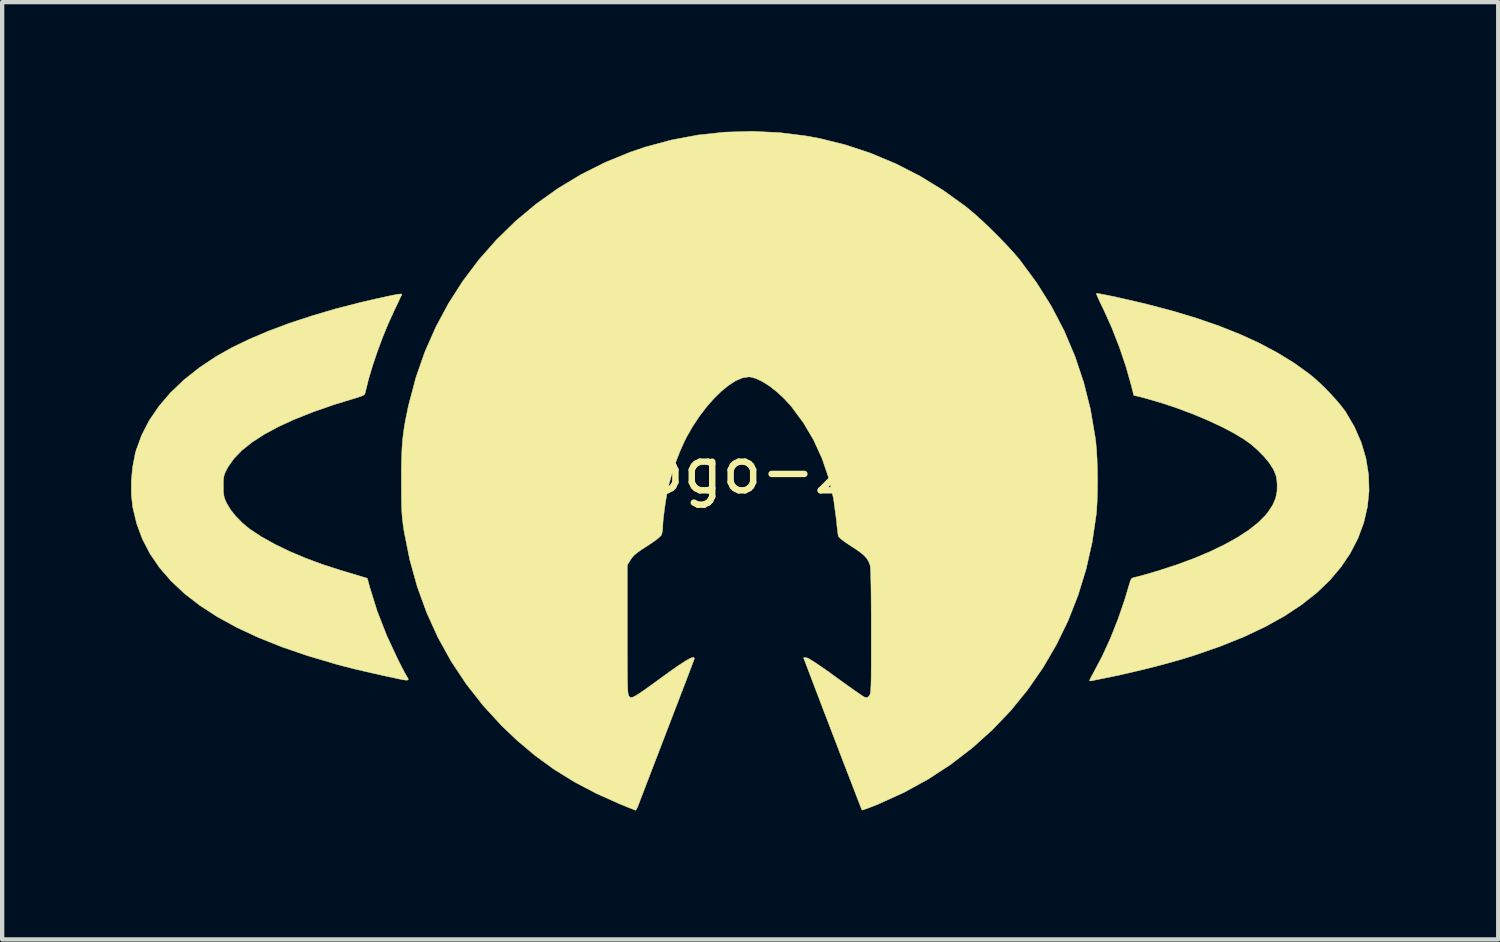
<source format=kicad_pcb>
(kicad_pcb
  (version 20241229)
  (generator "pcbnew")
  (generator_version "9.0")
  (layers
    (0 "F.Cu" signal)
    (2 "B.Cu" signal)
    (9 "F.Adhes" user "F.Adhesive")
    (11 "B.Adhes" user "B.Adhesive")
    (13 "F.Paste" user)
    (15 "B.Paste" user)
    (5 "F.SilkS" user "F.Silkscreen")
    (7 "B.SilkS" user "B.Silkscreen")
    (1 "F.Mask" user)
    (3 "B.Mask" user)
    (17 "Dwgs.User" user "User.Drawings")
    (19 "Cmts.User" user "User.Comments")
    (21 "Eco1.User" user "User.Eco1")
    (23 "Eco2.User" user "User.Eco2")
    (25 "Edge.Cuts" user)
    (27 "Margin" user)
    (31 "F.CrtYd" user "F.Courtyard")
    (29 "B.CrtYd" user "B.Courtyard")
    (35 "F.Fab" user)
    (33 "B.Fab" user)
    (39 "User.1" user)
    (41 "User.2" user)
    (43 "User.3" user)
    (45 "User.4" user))
  (footprint "lsf-logo-29x16"
    (layer "F.Cu")
    (at 14.402 7.903)
    (property "Reference" "lsf-logo-29x16" (at 0 0 0) (layer "F.SilkS") (effects (font (size 1 1) (thickness 0.15))))
    (attr exclude_from_pos_files exclude_from_bom)
    (fp_poly (pts (xy 8.083 -4.126) (xy 8.152 -4.114) (xy 8.254 -4.095) (xy 8.382 -4.069) (xy 8.523 -4.04) (xy 9.19 -3.886) (xy 9.809 -3.724) (xy 10.383 -3.551) (xy 10.914 -3.368) (xy 11.404 -3.173) (xy 11.855 -2.966) (xy 12.271 -2.744) (xy 12.654 -2.509) (xy 13.005 -2.257) (xy 13.018 -2.247) (xy 13.158 -2.13) (xy 13.311 -1.988) (xy 13.466 -1.832) (xy 13.614 -1.672) (xy 13.744 -1.52) (xy 13.845 -1.386) (xy 13.856 -1.371) (xy 14.062 -1.019) (xy 14.22 -0.656) (xy 14.329 -0.287) (xy 14.389 0.087) (xy 14.401 0.463) (xy 14.364 0.837) (xy 14.278 1.207) (xy 14.144 1.57) (xy 13.961 1.923) (xy 13.75 2.237) (xy 13.489 2.546) (xy 13.183 2.839) (xy 12.832 3.116) (xy 12.434 3.379) (xy 11.99 3.626) (xy 11.498 3.859) (xy 10.959 4.077) (xy 10.372 4.282) (xy 10.102 4.367) (xy 9.842 4.442) (xy 9.548 4.522) (xy 9.236 4.602) (xy 8.921 4.678) (xy 8.621 4.747) (xy 8.349 4.805) (xy 8.306 4.813) (xy 8.178 4.839) (xy 8.067 4.861) (xy 7.983 4.879) (xy 7.936 4.889) (xy 7.931 4.891) (xy 7.902 4.887) (xy 7.899 4.878) (xy 7.911 4.847) (xy 7.943 4.784) (xy 7.988 4.701) (xy 8.005 4.67) (xy 8.199 4.302) (xy 8.384 3.896) (xy 8.557 3.461) (xy 8.713 3.009) (xy 8.824 2.638) (xy 8.849 2.557) (xy 8.873 2.512) (xy 8.908 2.489) (xy 8.96 2.477) (xy 9.016 2.464) (xy 9.11 2.439) (xy 9.232 2.404) (xy 9.371 2.364) (xy 9.474 2.333) (xy 9.914 2.191) (xy 10.324 2.04) (xy 10.701 1.881) (xy 11.043 1.716) (xy 11.347 1.547) (xy 11.61 1.374) (xy 11.829 1.199) (xy 12.001 1.025) (xy 12.048 0.966) (xy 12.158 0.799) (xy 12.227 0.64) (xy 12.26 0.477) (xy 12.263 0.318) (xy 12.253 0.198) (xy 12.234 0.106) (xy 12.199 0.016) (xy 12.165 -0.051) (xy 12.076 -0.188) (xy 11.952 -0.337) (xy 11.803 -0.487) (xy 11.64 -0.627) (xy 11.493 -0.732) (xy 11.248 -0.88) (xy 10.962 -1.029) (xy 10.643 -1.177) (xy 10.301 -1.32) (xy 9.944 -1.454) (xy 9.582 -1.575) (xy 9.224 -1.68) (xy 9.088 -1.716) (xy 8.926 -1.756) (xy 8.868 -1.989) (xy 8.744 -2.427) (xy 8.59 -2.88) (xy 8.416 -3.327) (xy 8.226 -3.748) (xy 8.202 -3.797) (xy 8.146 -3.913) (xy 8.101 -4.011) (xy 8.069 -4.084) (xy 8.056 -4.123) (xy 8.056 -4.127) (xy 8.083 -4.126)) (stroke (width 0.01) (type solid)) (fill yes) (layer "F.SilkS"))
    (fp_poly (pts (xy -8.103 -4.109) (xy -8.103 -4.106) (xy -8.113 -4.081) (xy -8.142 -4.018) (xy -8.186 -3.925) (xy -8.241 -3.809) (xy -8.29 -3.706) (xy -8.423 -3.413) (xy -8.553 -3.096) (xy -8.674 -2.768) (xy -8.784 -2.442) (xy -8.876 -2.132) (xy -8.946 -1.851) (xy -8.952 -1.823) (xy -8.965 -1.786) (xy -8.994 -1.758) (xy -9.05 -1.733) (xy -9.143 -1.703) (xy -9.151 -1.701) (xy -9.681 -1.538) (xy -10.162 -1.371) (xy -10.592 -1.2) (xy -10.973 -1.026) (xy -11.305 -0.847) (xy -11.588 -0.663) (xy -11.823 -0.475) (xy -12.01 -0.282) (xy -12.149 -0.085) (xy -12.167 -0.051) (xy -12.209 0.031) (xy -12.235 0.097) (xy -12.249 0.164) (xy -12.255 0.25) (xy -12.255 0.356) (xy -12.254 0.475) (xy -12.247 0.56) (xy -12.231 0.631) (xy -12.202 0.704) (xy -12.172 0.767) (xy -12.084 0.912) (xy -11.96 1.065) (xy -11.812 1.215) (xy -11.651 1.349) (xy -11.633 1.362) (xy -11.371 1.535) (xy -11.064 1.706) (xy -10.721 1.873) (xy -10.347 2.031) (xy -9.95 2.179) (xy -9.538 2.312) (xy -9.397 2.354) (xy -9.262 2.394) (xy -9.144 2.43) (xy -9.059 2.455) (xy -9.044 2.46) (xy -8.906 2.502) (xy -8.848 2.714) (xy -8.675 3.269) (xy -8.454 3.835) (xy -8.202 4.376) (xy -8.138 4.503) (xy -8.079 4.617) (xy -8.03 4.709) (xy -7.996 4.77) (xy -7.986 4.786) (xy -7.956 4.836) (xy -7.955 4.864) (xy -7.989 4.873) (xy -8.062 4.865) (xy -8.153 4.847) (xy -8.475 4.778) (xy -8.753 4.716) (xy -8.997 4.66) (xy -9.213 4.609) (xy -9.409 4.559) (xy -9.592 4.511) (xy -9.65 4.495) (xy -10.295 4.304) (xy -10.891 4.1) (xy -11.439 3.881) (xy -11.939 3.648) (xy -12.392 3.4) (xy -12.798 3.137) (xy -13.158 2.859) (xy -13.471 2.565) (xy -13.739 2.256) (xy -13.962 1.93) (xy -14.14 1.587) (xy -14.273 1.228) (xy -14.363 0.851) (xy -14.364 0.846) (xy -14.396 0.553) (xy -14.397 0.239) (xy -14.367 -0.08) (xy -14.309 -0.385) (xy -14.284 -0.479) (xy -14.155 -0.831) (xy -13.979 -1.172) (xy -13.754 -1.501) (xy -13.484 -1.817) (xy -13.17 -2.117) (xy -12.812 -2.4) (xy -12.42 -2.661) (xy -12.062 -2.863) (xy -11.656 -3.059) (xy -11.208 -3.249) (xy -10.721 -3.432) (xy -10.198 -3.604) (xy -9.645 -3.767) (xy -9.064 -3.917) (xy -8.651 -4.012) (xy -8.466 -4.052) (xy -8.326 -4.082) (xy -8.225 -4.101) (xy -8.158 -4.111) (xy -8.119 -4.114) (xy -8.103 -4.109)) (stroke (width 0.01) (type solid)) (fill yes) (layer "F.SilkS"))
    (fp_poly (pts (xy 0.681 -7.868) (xy 1.311 -7.789) (xy 1.619 -7.732) (xy 2.22 -7.583) (xy 2.813 -7.386) (xy 3.392 -7.143) (xy 3.954 -6.855) (xy 4.493 -6.525) (xy 5.005 -6.156) (xy 5.067 -6.107) (xy 5.222 -5.977) (xy 5.398 -5.818) (xy 5.584 -5.641) (xy 5.772 -5.455) (xy 5.952 -5.269) (xy 6.114 -5.093) (xy 6.249 -4.937) (xy 6.277 -4.902) (xy 6.667 -4.374) (xy 7.011 -3.825) (xy 7.308 -3.255) (xy 7.558 -2.665) (xy 7.762 -2.055) (xy 7.92 -1.425) (xy 8.03 -0.775) (xy 8.043 -0.675) (xy 8.06 -0.489) (xy 8.073 -0.266) (xy 8.081 -0.019) (xy 8.084 0.237) (xy 8.081 0.49) (xy 8.074 0.726) (xy 8.062 0.931) (xy 8.054 1.016) (xy 7.959 1.662) (xy 7.817 2.291) (xy 7.63 2.899) (xy 7.4 3.486) (xy 7.126 4.049) (xy 6.812 4.586) (xy 6.457 5.097) (xy 6.065 5.579) (xy 5.635 6.029) (xy 5.17 6.447) (xy 4.671 6.831) (xy 4.139 7.178) (xy 3.576 7.487) (xy 2.983 7.756) (xy 2.836 7.815) (xy 2.738 7.852) (xy 2.66 7.879) (xy 2.613 7.894) (xy 2.603 7.894) (xy 2.593 7.87) (xy 2.566 7.803) (xy 2.525 7.697) (xy 2.471 7.557) (xy 2.406 7.387) (xy 2.331 7.193) (xy 2.248 6.979) (xy 2.159 6.748) (xy 2.066 6.506) (xy 1.971 6.257) (xy 1.875 6.006) (xy 1.779 5.756) (xy 1.686 5.514) (xy 1.598 5.282) (xy 1.515 5.066) (xy 1.441 4.87) (xy 1.376 4.699) (xy 1.322 4.557) (xy 1.281 4.448) (xy 1.254 4.378) (xy 1.245 4.35) (xy 1.245 4.35) (xy 1.266 4.345) (xy 1.319 4.352) (xy 1.325 4.353) (xy 1.367 4.372) (xy 1.445 4.419) (xy 1.553 4.489) (xy 1.686 4.58) (xy 1.839 4.687) (xy 1.996 4.801) (xy 2.151 4.913) (xy 2.296 5.017) (xy 2.424 5.107) (xy 2.53 5.181) (xy 2.608 5.234) (xy 2.652 5.261) (xy 2.656 5.263) (xy 2.709 5.28) (xy 2.746 5.264) (xy 2.772 5.235) (xy 2.782 5.22) (xy 2.79 5.201) (xy 2.798 5.173) (xy 2.804 5.133) (xy 2.808 5.076) (xy 2.812 4.997) (xy 2.815 4.894) (xy 2.817 4.762) (xy 2.818 4.597) (xy 2.819 4.395) (xy 2.819 4.152) (xy 2.819 3.864) (xy 2.819 3.737) (xy 2.819 3.417) (xy 2.817 3.128) (xy 2.815 2.872) (xy 2.812 2.654) (xy 2.808 2.475) (xy 2.804 2.339) (xy 2.799 2.248) (xy 2.794 2.207) (xy 2.762 2.118) (xy 2.714 2.039) (xy 2.644 1.963) (xy 2.545 1.883) (xy 2.409 1.79) (xy 2.361 1.76) (xy 2.22 1.667) (xy 2.12 1.593) (xy 2.064 1.539) (xy 2.053 1.519) (xy 2.044 1.471) (xy 2.033 1.385) (xy 2.02 1.274) (xy 2.009 1.153) (xy 1.942 0.654) (xy 1.831 0.175) (xy 1.677 -0.28) (xy 1.48 -0.712) (xy 1.242 -1.115) (xy 0.964 -1.49) (xy 0.941 -1.517) (xy 0.785 -1.687) (xy 0.62 -1.839) (xy 0.454 -1.969) (xy 0.292 -2.072) (xy 0.142 -2.145) (xy 0.01 -2.181) (xy -0.036 -2.184) (xy -0.176 -2.162) (xy -0.331 -2.096) (xy -0.496 -1.991) (xy -0.668 -1.851) (xy -0.843 -1.68) (xy -1.015 -1.483) (xy -1.182 -1.264) (xy -1.34 -1.026) (xy -1.483 -0.774) (xy -1.523 -0.694) (xy -1.624 -0.472) (xy -1.722 -0.22) (xy -1.81 0.041) (xy -1.882 0.293) (xy -1.901 0.368) (xy -1.93 0.508) (xy -1.958 0.671) (xy -1.985 0.844) (xy -2.007 1.014) (xy -2.024 1.166) (xy -2.032 1.286) (xy -2.032 1.316) (xy -2.039 1.403) (xy -2.057 1.479) (xy -2.065 1.498) (xy -2.098 1.535) (xy -2.166 1.592) (xy -2.262 1.661) (xy -2.376 1.738) (xy -2.401 1.754) (xy -2.532 1.839) (xy -2.627 1.907) (xy -2.695 1.964) (xy -2.745 2.018) (xy -2.781 2.07) (xy -2.857 2.193) (xy -2.857 3.699) (xy -2.857 4.015) (xy -2.857 4.284) (xy -2.856 4.509) (xy -2.855 4.696) (xy -2.854 4.847) (xy -2.851 4.967) (xy -2.848 5.06) (xy -2.844 5.129) (xy -2.839 5.178) (xy -2.832 5.211) (xy -2.825 5.233) (xy -2.816 5.246) (xy -2.814 5.249) (xy -2.795 5.265) (xy -2.774 5.274) (xy -2.745 5.272) (xy -2.706 5.258) (xy -2.651 5.228) (xy -2.576 5.18) (xy -2.476 5.112) (xy -2.348 5.021) (xy -2.186 4.904) (xy -2.043 4.799) (xy -1.834 4.649) (xy -1.664 4.53) (xy -1.528 4.441) (xy -1.426 4.381) (xy -1.355 4.348) (xy -1.313 4.342) (xy -1.298 4.361) (xy -1.301 4.384) (xy -1.312 4.415) (xy -1.34 4.49) (xy -1.383 4.604) (xy -1.44 4.754) (xy -1.509 4.935) (xy -1.589 5.143) (xy -1.677 5.374) (xy -1.774 5.625) (xy -1.876 5.891) (xy -1.93 6.032) (xy -2.036 6.308) (xy -2.137 6.572) (xy -2.233 6.821) (xy -2.321 7.05) (xy -2.4 7.255) (xy -2.467 7.432) (xy -2.523 7.576) (xy -2.564 7.684) (xy -2.589 7.751) (xy -2.595 7.766) (xy -2.625 7.839) (xy -2.651 7.887) (xy -2.662 7.899) (xy -2.691 7.889) (xy -2.757 7.863) (xy -2.854 7.825) (xy -2.971 7.777) (xy -3.035 7.751) (xy -3.581 7.506) (xy -4.085 7.241) (xy -4.556 6.95) (xy -5 6.628) (xy -5.425 6.27) (xy -5.779 5.933) (xy -6.213 5.46) (xy -6.606 4.959) (xy -6.956 4.431) (xy -7.263 3.877) (xy -7.526 3.298) (xy -7.745 2.694) (xy -7.919 2.068) (xy -8.049 1.419) (xy -8.056 1.372) (xy -8.073 1.259) (xy -8.086 1.154) (xy -8.096 1.05) (xy -8.104 0.938) (xy -8.109 0.809) (xy -8.112 0.656) (xy -8.113 0.469) (xy -8.114 0.241) (xy -8.114 0.216) (xy -8.113 -0.062) (xy -8.108 -0.3) (xy -8.1 -0.507) (xy -8.087 -0.695) (xy -8.067 -0.872) (xy -8.041 -1.05) (xy -8.006 -1.239) (xy -7.962 -1.449) (xy -7.937 -1.56) (xy -7.774 -2.175) (xy -7.565 -2.771) (xy -7.312 -3.344) (xy -7.017 -3.893) (xy -6.682 -4.416) (xy -6.309 -4.911) (xy -5.9 -5.375) (xy -5.457 -5.807) (xy -4.981 -6.205) (xy -4.474 -6.567) (xy -3.938 -6.89) (xy -3.376 -7.173) (xy -2.789 -7.413) (xy -2.438 -7.532) (xy -1.832 -7.696) (xy -1.213 -7.812) (xy -0.585 -7.879) (xy 0.048 -7.898) (xy 0.681 -7.868)) (stroke (width 0.01) (type solid)) (fill yes) (layer "F.SilkS")))
  (gr_rect
    (start -3 -3)
    (end 31.808 18.807)
    (stroke (width 0.1) (type default))
    (fill no)
    (layer "Edge.Cuts")))
</source>
